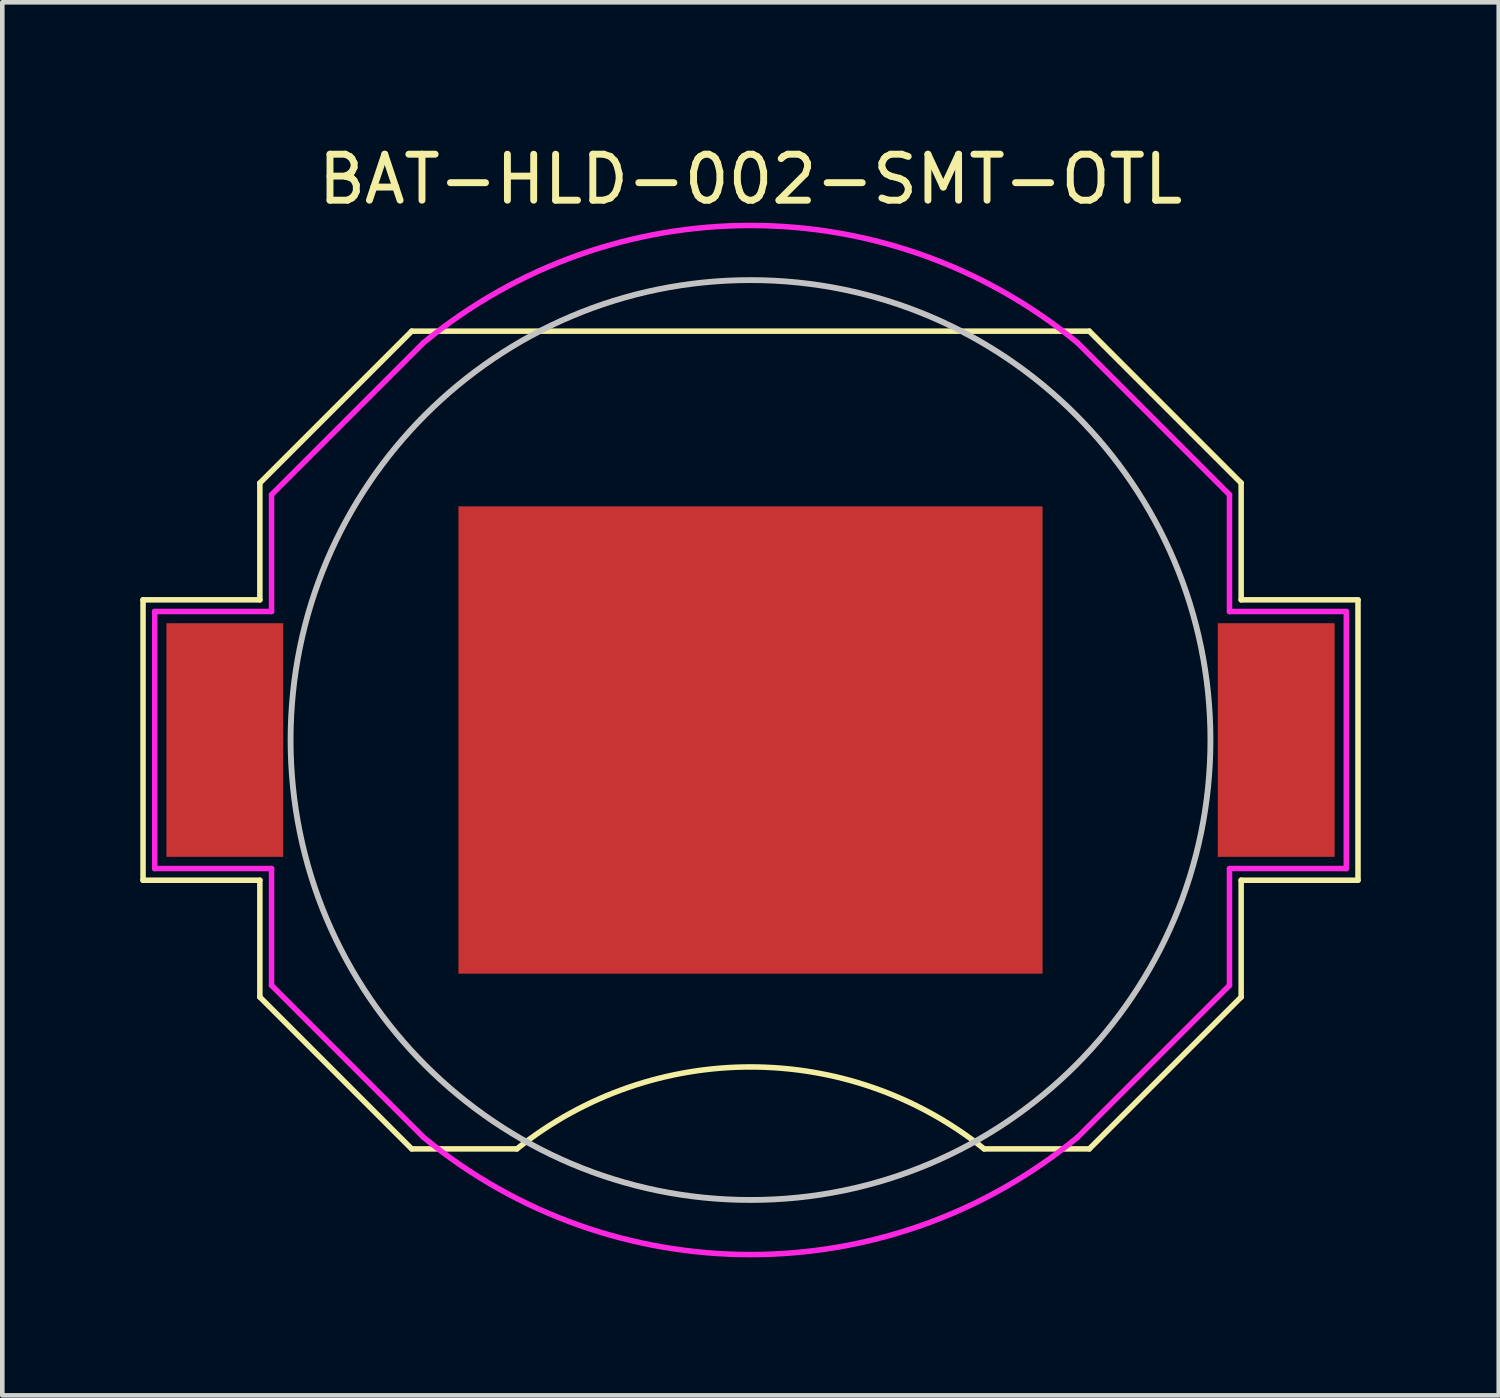
<source format=kicad_pcb>
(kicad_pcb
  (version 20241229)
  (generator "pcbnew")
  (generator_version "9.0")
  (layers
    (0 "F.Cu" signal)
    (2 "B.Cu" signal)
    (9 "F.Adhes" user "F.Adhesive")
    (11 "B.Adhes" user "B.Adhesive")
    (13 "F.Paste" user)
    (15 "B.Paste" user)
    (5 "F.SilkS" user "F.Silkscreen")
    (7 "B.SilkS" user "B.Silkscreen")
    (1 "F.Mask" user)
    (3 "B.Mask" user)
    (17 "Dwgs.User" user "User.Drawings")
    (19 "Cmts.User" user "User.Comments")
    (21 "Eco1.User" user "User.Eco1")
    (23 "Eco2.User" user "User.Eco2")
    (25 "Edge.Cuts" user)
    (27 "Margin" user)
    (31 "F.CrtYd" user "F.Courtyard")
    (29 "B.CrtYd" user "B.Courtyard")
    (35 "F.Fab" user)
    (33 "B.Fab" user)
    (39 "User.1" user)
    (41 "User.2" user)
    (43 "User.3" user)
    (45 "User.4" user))
  (footprint "BAT-HLD-002-SMT-OTL"
    (layer "F.Cu")
    (at 13.268 13.04)
    (property "Reference" "BAT-HLD-002-SMT-OTL" (at 0 -12.192 0) (layer "F.SilkS") (effects (font (size 1 1) (thickness 0.15))))
    (attr through_hole)
    (fp_line (start -13.208 -3.048) (end -10.668 -3.048) (stroke (width 0.12) (type solid)) (layer "F.SilkS"))
    (fp_line (start -13.208 3.048) (end -13.208 -3.048) (stroke (width 0.12) (type solid)) (layer "F.SilkS"))
    (fp_line (start -10.668 -5.588) (end -7.366 -8.89) (stroke (width 0.12) (type solid)) (layer "F.SilkS"))
    (fp_line (start -10.668 -3.048) (end -10.668 -5.588) (stroke (width 0.12) (type solid)) (layer "F.SilkS"))
    (fp_line (start -10.668 3.048) (end -13.208 3.048) (stroke (width 0.12) (type solid)) (layer "F.SilkS"))
    (fp_line (start -10.668 5.588) (end -10.668 3.048) (stroke (width 0.12) (type solid)) (layer "F.SilkS"))
    (fp_line (start -10.668 5.588) (end -7.366 8.89) (stroke (width 0.12) (type solid)) (layer "F.SilkS"))
    (fp_line (start -7.366 -8.89) (end 7.366 -8.89) (stroke (width 0.12) (type solid)) (layer "F.SilkS"))
    (fp_line (start -7.366 8.89) (end -5.08 8.89) (stroke (width 0.12) (type solid)) (layer "F.SilkS"))
    (fp_line (start 7.366 -8.89) (end 10.668 -5.588) (stroke (width 0.12) (type solid)) (layer "F.SilkS"))
    (fp_line (start 7.366 8.89) (end 5.08 8.89) (stroke (width 0.12) (type solid)) (layer "F.SilkS"))
    (fp_line (start 10.668 -5.588) (end 10.668 -3.048) (stroke (width 0.12) (type solid)) (layer "F.SilkS"))
    (fp_line (start 10.668 -3.048) (end 13.208 -3.048) (stroke (width 0.12) (type solid)) (layer "F.SilkS"))
    (fp_line (start 10.668 3.048) (end 10.668 5.588) (stroke (width 0.12) (type solid)) (layer "F.SilkS"))
    (fp_line (start 10.668 5.588) (end 7.366 8.89) (stroke (width 0.12) (type solid)) (layer "F.SilkS"))
    (fp_line (start 13.208 -3.048) (end 13.208 3.048) (stroke (width 0.12) (type solid)) (layer "F.SilkS"))
    (fp_line (start 13.208 3.048) (end 10.668 3.048) (stroke (width 0.12) (type solid)) (layer "F.SilkS"))
    (fp_arc (start -5.079999 8.890001) (mid 0 7.108034) (end 5.079999 8.890001) (stroke (width 0.12) (type solid)) (layer "F.SilkS"))
    (fp_circle (center 0 0) (end 10 0) (stroke (width 0.127) (type solid)) (fill no) (layer "Dwgs.User"))
    (fp_line (start -12.954 -2.794) (end -12.954 2.794) (stroke (width 0.12) (type solid)) (layer "F.CrtYd"))
    (fp_line (start -12.954 2.794) (end -10.414 2.794) (stroke (width 0.12) (type solid)) (layer "F.CrtYd"))
    (fp_line (start -10.414 -5.334) (end -7.112 -8.636) (stroke (width 0.12) (type solid)) (layer "F.CrtYd"))
    (fp_line (start -10.414 -2.794) (end -12.954 -2.794) (stroke (width 0.12) (type solid)) (layer "F.CrtYd"))
    (fp_line (start -10.414 -2.794) (end -10.414 -5.334) (stroke (width 0.12) (type solid)) (layer "F.CrtYd"))
    (fp_line (start -10.414 2.794) (end -10.414 5.334) (stroke (width 0.12) (type solid)) (layer "F.CrtYd"))
    (fp_line (start -7.112 8.636) (end -10.414 5.334) (stroke (width 0.12) (type solid)) (layer "F.CrtYd"))
    (fp_line (start 10.414 -5.334) (end 7.112 -8.636) (stroke (width 0.12) (type solid)) (layer "F.CrtYd"))
    (fp_line (start 10.414 -2.794) (end 10.414 -5.334) (stroke (width 0.12) (type solid)) (layer "F.CrtYd"))
    (fp_line (start 10.414 -2.794) (end 12.954 -2.794) (stroke (width 0.12) (type solid)) (layer "F.CrtYd"))
    (fp_line (start 10.414 2.794) (end 10.414 5.334) (stroke (width 0.12) (type solid)) (layer "F.CrtYd"))
    (fp_line (start 10.414 5.334) (end 7.112 8.636) (stroke (width 0.12) (type solid)) (layer "F.CrtYd"))
    (fp_line (start 12.954 -2.794) (end 12.954 2.794) (stroke (width 0.12) (type solid)) (layer "F.CrtYd"))
    (fp_line (start 12.954 2.794) (end 10.414 2.794) (stroke (width 0.12) (type solid)) (layer "F.CrtYd"))
    (fp_arc (start -7.111999 -8.635999) (mid 0 -11.187538) (end 7.111999 -8.635999) (stroke (width 0.12) (type solid)) (layer "F.CrtYd"))
    (fp_arc (start 7.111999 8.635999) (mid 0 11.187538) (end -7.111999 8.635999) (stroke (width 0.12) (type solid)) (layer "F.CrtYd"))
    (pad "1" smd rect (at -12.7 0) (size 2.54 5.08) (drill (offset 1.27 0)) (layers "F.Cu" "F.Mask" "F.Paste"))
    (pad "1" smd rect (at 12.7 0) (size 2.54 5.08) (drill (offset -1.27 0)) (layers "F.Cu" "F.Mask" "F.Paste"))
    (pad "2" smd rect (at 0 0) (size 12.7 10.16) (layers "F.Cu" "F.Mask")))
  (gr_rect
    (start -3 -3)
    (end 29.536 27.288)
    (stroke (width 0.1) (type default))
    (fill no)
    (layer "Edge.Cuts")))
</source>
